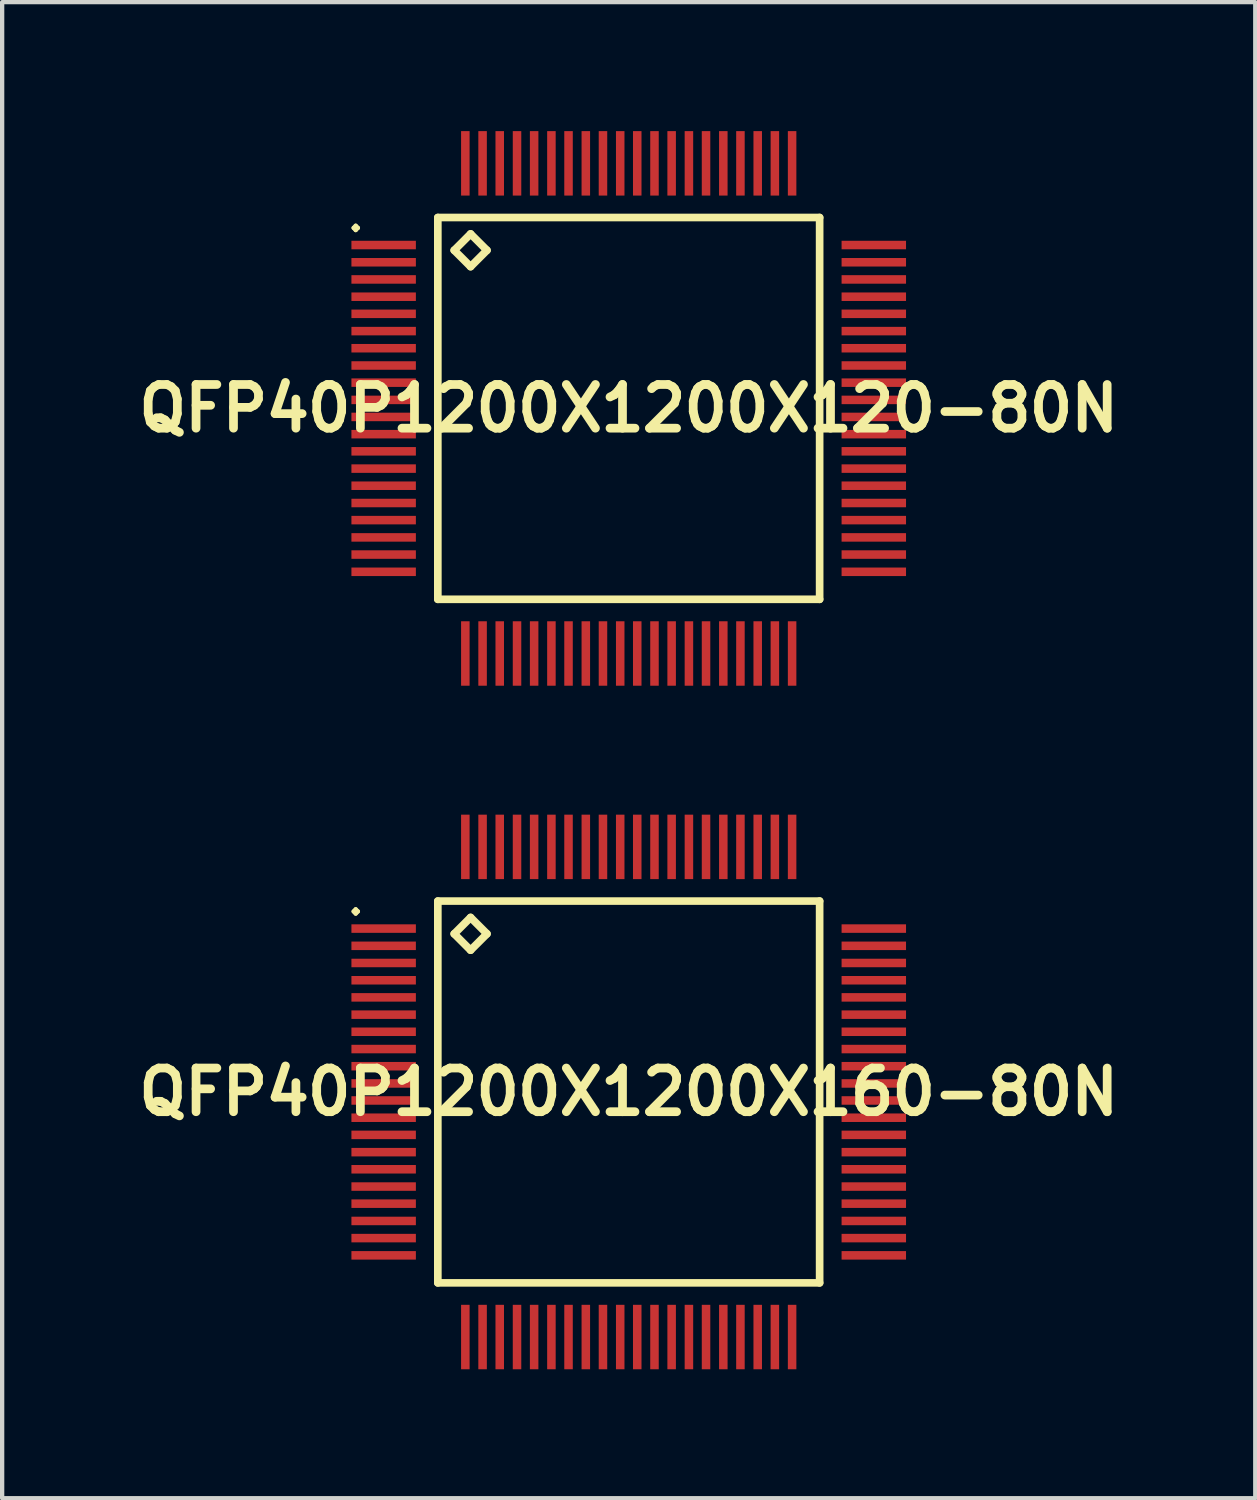
<source format=kicad_pcb>
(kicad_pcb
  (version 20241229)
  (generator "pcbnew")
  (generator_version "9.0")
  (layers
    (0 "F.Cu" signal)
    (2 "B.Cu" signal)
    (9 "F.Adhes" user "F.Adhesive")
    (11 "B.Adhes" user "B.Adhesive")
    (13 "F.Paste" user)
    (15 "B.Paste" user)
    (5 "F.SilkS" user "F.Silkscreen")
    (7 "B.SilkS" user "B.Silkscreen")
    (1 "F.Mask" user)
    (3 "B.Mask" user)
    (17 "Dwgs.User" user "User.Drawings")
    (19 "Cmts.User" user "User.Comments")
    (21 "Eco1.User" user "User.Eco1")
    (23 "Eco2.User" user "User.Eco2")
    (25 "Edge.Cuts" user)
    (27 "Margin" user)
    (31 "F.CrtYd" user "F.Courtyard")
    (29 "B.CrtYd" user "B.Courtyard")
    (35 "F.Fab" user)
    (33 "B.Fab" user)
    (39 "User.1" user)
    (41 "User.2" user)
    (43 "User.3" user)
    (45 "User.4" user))
  (footprint "QFP40P1200X1200X120-80N"
    (layer "F.Cu")
    (at 11.573 6.449)
    (property "Reference" "QFP40P1200X1200X120-80N" (at 0 0 0) (layer "F.SilkS") (effects (font (size 1.016 1.016) (thickness 0.203))))
    (attr smd)
    (fp_line (start -6.398 -4.199) (end -6.35 -4.249) (stroke (width 0.099) (type solid)) (layer "F.SilkS"))
    (fp_line (start -6.35 -4.249) (end -6.299 -4.199) (stroke (width 0.099) (type solid)) (layer "F.SilkS"))
    (fp_line (start -6.35 -4.148) (end -6.398 -4.199) (stroke (width 0.099) (type solid)) (layer "F.SilkS"))
    (fp_line (start -6.299 -4.199) (end -6.35 -4.148) (stroke (width 0.099) (type solid)) (layer "F.SilkS"))
    (fp_line (start -4.44 -4.44) (end -4.44 4.44) (stroke (width 0.178) (type solid)) (layer "F.SilkS"))
    (fp_line (start -4.44 4.44) (end 4.44 4.44) (stroke (width 0.178) (type solid)) (layer "F.SilkS"))
    (fp_line (start -4.059 -3.678) (end -3.678 -4.059) (stroke (width 0.178) (type solid)) (layer "F.SilkS"))
    (fp_line (start -3.678 -4.059) (end -3.297 -3.678) (stroke (width 0.178) (type solid)) (layer "F.SilkS"))
    (fp_line (start -3.678 -3.297) (end -4.059 -3.678) (stroke (width 0.178) (type solid)) (layer "F.SilkS"))
    (fp_line (start -3.297 -3.678) (end -3.678 -3.297) (stroke (width 0.178) (type solid)) (layer "F.SilkS"))
    (fp_line (start 4.44 -4.44) (end -4.44 -4.44) (stroke (width 0.178) (type solid)) (layer "F.SilkS"))
    (fp_line (start 4.44 4.44) (end 4.44 -4.44) (stroke (width 0.178) (type solid)) (layer "F.SilkS"))
    (pad "1" smd rect (at -5.7 -3.8) (size 1.499 0.198) (layers "F.Cu" "F.Mask" "F.Paste"))
    (pad "2" smd rect (at -5.7 -3.399) (size 1.499 0.198) (layers "F.Cu" "F.Mask" "F.Paste"))
    (pad "3" smd rect (at -5.7 -3) (size 1.499 0.198) (layers "F.Cu" "F.Mask" "F.Paste"))
    (pad "4" smd rect (at -5.7 -2.598) (size 1.499 0.198) (layers "F.Cu" "F.Mask" "F.Paste"))
    (pad "5" smd rect (at -5.7 -2.2) (size 1.499 0.198) (layers "F.Cu" "F.Mask" "F.Paste"))
    (pad "6" smd rect (at -5.7 -1.798) (size 1.499 0.198) (layers "F.Cu" "F.Mask" "F.Paste"))
    (pad "7" smd rect (at -5.7 -1.4) (size 1.499 0.198) (layers "F.Cu" "F.Mask" "F.Paste"))
    (pad "8" smd rect (at -5.7 -0.998) (size 1.499 0.198) (layers "F.Cu" "F.Mask" "F.Paste"))
    (pad "9" smd rect (at -5.7 -0.599) (size 1.499 0.198) (layers "F.Cu" "F.Mask" "F.Paste"))
    (pad "10" smd rect (at -5.7 -0.198) (size 1.499 0.198) (layers "F.Cu" "F.Mask" "F.Paste"))
    (pad "11" smd rect (at -5.7 0.198) (size 1.499 0.198) (layers "F.Cu" "F.Mask" "F.Paste"))
    (pad "12" smd rect (at -5.7 0.599) (size 1.499 0.198) (layers "F.Cu" "F.Mask" "F.Paste"))
    (pad "13" smd rect (at -5.7 0.998) (size 1.499 0.198) (layers "F.Cu" "F.Mask" "F.Paste"))
    (pad "14" smd rect (at -5.7 1.4) (size 1.499 0.198) (layers "F.Cu" "F.Mask" "F.Paste"))
    (pad "15" smd rect (at -5.7 1.798) (size 1.499 0.198) (layers "F.Cu" "F.Mask" "F.Paste"))
    (pad "16" smd rect (at -5.7 2.2) (size 1.499 0.198) (layers "F.Cu" "F.Mask" "F.Paste"))
    (pad "17" smd rect (at -5.7 2.598) (size 1.499 0.198) (layers "F.Cu" "F.Mask" "F.Paste"))
    (pad "18" smd rect (at -5.7 3) (size 1.499 0.198) (layers "F.Cu" "F.Mask" "F.Paste"))
    (pad "19" smd rect (at -5.7 3.399) (size 1.499 0.198) (layers "F.Cu" "F.Mask" "F.Paste"))
    (pad "20" smd rect (at -5.7 3.8) (size 1.499 0.198) (layers "F.Cu" "F.Mask" "F.Paste"))
    (pad "21" smd rect (at -3.8 5.7) (size 0.198 1.499) (layers "F.Cu" "F.Mask" "F.Paste"))
    (pad "22" smd rect (at -3.399 5.7) (size 0.198 1.499) (layers "F.Cu" "F.Mask" "F.Paste"))
    (pad "23" smd rect (at -3 5.7) (size 0.198 1.499) (layers "F.Cu" "F.Mask" "F.Paste"))
    (pad "24" smd rect (at -2.598 5.7) (size 0.198 1.499) (layers "F.Cu" "F.Mask" "F.Paste"))
    (pad "25" smd rect (at -2.2 5.7) (size 0.198 1.499) (layers "F.Cu" "F.Mask" "F.Paste"))
    (pad "26" smd rect (at -1.798 5.7) (size 0.198 1.499) (layers "F.Cu" "F.Mask" "F.Paste"))
    (pad "27" smd rect (at -1.4 5.7) (size 0.198 1.499) (layers "F.Cu" "F.Mask" "F.Paste"))
    (pad "28" smd rect (at -0.998 5.7) (size 0.198 1.499) (layers "F.Cu" "F.Mask" "F.Paste"))
    (pad "29" smd rect (at -0.599 5.7) (size 0.198 1.499) (layers "F.Cu" "F.Mask" "F.Paste"))
    (pad "30" smd rect (at -0.198 5.7) (size 0.198 1.499) (layers "F.Cu" "F.Mask" "F.Paste"))
    (pad "31" smd rect (at 0.198 5.7) (size 0.198 1.499) (layers "F.Cu" "F.Mask" "F.Paste"))
    (pad "32" smd rect (at 0.599 5.7) (size 0.198 1.499) (layers "F.Cu" "F.Mask" "F.Paste"))
    (pad "33" smd rect (at 0.998 5.7) (size 0.198 1.499) (layers "F.Cu" "F.Mask" "F.Paste"))
    (pad "34" smd rect (at 1.4 5.7) (size 0.198 1.499) (layers "F.Cu" "F.Mask" "F.Paste"))
    (pad "35" smd rect (at 1.798 5.7) (size 0.198 1.499) (layers "F.Cu" "F.Mask" "F.Paste"))
    (pad "36" smd rect (at 2.2 5.7) (size 0.198 1.499) (layers "F.Cu" "F.Mask" "F.Paste"))
    (pad "37" smd rect (at 2.598 5.7) (size 0.198 1.499) (layers "F.Cu" "F.Mask" "F.Paste"))
    (pad "38" smd rect (at 3 5.7) (size 0.198 1.499) (layers "F.Cu" "F.Mask" "F.Paste"))
    (pad "39" smd rect (at 3.399 5.7) (size 0.198 1.499) (layers "F.Cu" "F.Mask" "F.Paste"))
    (pad "40" smd rect (at 3.8 5.7) (size 0.198 1.499) (layers "F.Cu" "F.Mask" "F.Paste"))
    (pad "41" smd rect (at 5.7 3.8) (size 1.499 0.198) (layers "F.Cu" "F.Mask" "F.Paste"))
    (pad "42" smd rect (at 5.7 3.399) (size 1.499 0.198) (layers "F.Cu" "F.Mask" "F.Paste"))
    (pad "43" smd rect (at 5.7 3) (size 1.499 0.198) (layers "F.Cu" "F.Mask" "F.Paste"))
    (pad "44" smd rect (at 5.7 2.598) (size 1.499 0.198) (layers "F.Cu" "F.Mask" "F.Paste"))
    (pad "45" smd rect (at 5.7 2.2) (size 1.499 0.198) (layers "F.Cu" "F.Mask" "F.Paste"))
    (pad "46" smd rect (at 5.7 1.798) (size 1.499 0.198) (layers "F.Cu" "F.Mask" "F.Paste"))
    (pad "47" smd rect (at 5.7 1.4) (size 1.499 0.198) (layers "F.Cu" "F.Mask" "F.Paste"))
    (pad "48" smd rect (at 5.7 0.998) (size 1.499 0.198) (layers "F.Cu" "F.Mask" "F.Paste"))
    (pad "49" smd rect (at 5.7 0.599) (size 1.499 0.198) (layers "F.Cu" "F.Mask" "F.Paste"))
    (pad "50" smd rect (at 5.7 0.198) (size 1.499 0.198) (layers "F.Cu" "F.Mask" "F.Paste"))
    (pad "51" smd rect (at 5.7 -0.198) (size 1.499 0.198) (layers "F.Cu" "F.Mask" "F.Paste"))
    (pad "52" smd rect (at 5.7 -0.599) (size 1.499 0.198) (layers "F.Cu" "F.Mask" "F.Paste"))
    (pad "53" smd rect (at 5.7 -0.998) (size 1.499 0.198) (layers "F.Cu" "F.Mask" "F.Paste"))
    (pad "54" smd rect (at 5.7 -1.4) (size 1.499 0.198) (layers "F.Cu" "F.Mask" "F.Paste"))
    (pad "55" smd rect (at 5.7 -1.798) (size 1.499 0.198) (layers "F.Cu" "F.Mask" "F.Paste"))
    (pad "56" smd rect (at 5.7 -2.2) (size 1.499 0.198) (layers "F.Cu" "F.Mask" "F.Paste"))
    (pad "57" smd rect (at 5.7 -2.598) (size 1.499 0.198) (layers "F.Cu" "F.Mask" "F.Paste"))
    (pad "58" smd rect (at 5.7 -3) (size 1.499 0.198) (layers "F.Cu" "F.Mask" "F.Paste"))
    (pad "59" smd rect (at 5.7 -3.399) (size 1.499 0.198) (layers "F.Cu" "F.Mask" "F.Paste"))
    (pad "60" smd rect (at 5.7 -3.8) (size 1.499 0.198) (layers "F.Cu" "F.Mask" "F.Paste"))
    (pad "61" smd rect (at 3.8 -5.7) (size 0.198 1.499) (layers "F.Cu" "F.Mask" "F.Paste"))
    (pad "62" smd rect (at 3.399 -5.7) (size 0.198 1.499) (layers "F.Cu" "F.Mask" "F.Paste"))
    (pad "63" smd rect (at 3 -5.7) (size 0.198 1.499) (layers "F.Cu" "F.Mask" "F.Paste"))
    (pad "64" smd rect (at 2.598 -5.7) (size 0.198 1.499) (layers "F.Cu" "F.Mask" "F.Paste"))
    (pad "65" smd rect (at 2.2 -5.7) (size 0.198 1.499) (layers "F.Cu" "F.Mask" "F.Paste"))
    (pad "66" smd rect (at 1.798 -5.7) (size 0.198 1.499) (layers "F.Cu" "F.Mask" "F.Paste"))
    (pad "67" smd rect (at 1.4 -5.7) (size 0.198 1.499) (layers "F.Cu" "F.Mask" "F.Paste"))
    (pad "68" smd rect (at 0.998 -5.7) (size 0.198 1.499) (layers "F.Cu" "F.Mask" "F.Paste"))
    (pad "69" smd rect (at 0.599 -5.7) (size 0.198 1.499) (layers "F.Cu" "F.Mask" "F.Paste"))
    (pad "70" smd rect (at 0.198 -5.7) (size 0.198 1.499) (layers "F.Cu" "F.Mask" "F.Paste"))
    (pad "71" smd rect (at -0.198 -5.7) (size 0.198 1.499) (layers "F.Cu" "F.Mask" "F.Paste"))
    (pad "72" smd rect (at -0.599 -5.7) (size 0.198 1.499) (layers "F.Cu" "F.Mask" "F.Paste"))
    (pad "73" smd rect (at -0.998 -5.7) (size 0.198 1.499) (layers "F.Cu" "F.Mask" "F.Paste"))
    (pad "74" smd rect (at -1.4 -5.7) (size 0.198 1.499) (layers "F.Cu" "F.Mask" "F.Paste"))
    (pad "75" smd rect (at -1.798 -5.7) (size 0.198 1.499) (layers "F.Cu" "F.Mask" "F.Paste"))
    (pad "76" smd rect (at -2.2 -5.7) (size 0.198 1.499) (layers "F.Cu" "F.Mask" "F.Paste"))
    (pad "77" smd rect (at -2.598 -5.7) (size 0.198 1.499) (layers "F.Cu" "F.Mask" "F.Paste"))
    (pad "78" smd rect (at -3 -5.7) (size 0.198 1.499) (layers "F.Cu" "F.Mask" "F.Paste"))
    (pad "79" smd rect (at -3.399 -5.7) (size 0.198 1.499) (layers "F.Cu" "F.Mask" "F.Paste"))
    (pad "80" smd rect (at -3.8 -5.7) (size 0.198 1.499) (layers "F.Cu" "F.Mask" "F.Paste")))
  (footprint "QFP40P1200X1200X160-80N"
    (layer "F.Cu")
    (at 11.573 22.347)
    (property "Reference" "QFP40P1200X1200X160-80N" (at 0 0 0) (layer "F.SilkS") (effects (font (size 1.016 1.016) (thickness 0.203))))
    (attr smd)
    (fp_line (start -6.398 -4.199) (end -6.35 -4.249) (stroke (width 0.099) (type solid)) (layer "F.SilkS"))
    (fp_line (start -6.35 -4.249) (end -6.299 -4.199) (stroke (width 0.099) (type solid)) (layer "F.SilkS"))
    (fp_line (start -6.35 -4.148) (end -6.398 -4.199) (stroke (width 0.099) (type solid)) (layer "F.SilkS"))
    (fp_line (start -6.299 -4.199) (end -6.35 -4.148) (stroke (width 0.099) (type solid)) (layer "F.SilkS"))
    (fp_line (start -4.44 -4.44) (end -4.44 4.44) (stroke (width 0.178) (type solid)) (layer "F.SilkS"))
    (fp_line (start -4.44 4.44) (end 4.44 4.44) (stroke (width 0.178) (type solid)) (layer "F.SilkS"))
    (fp_line (start -4.059 -3.678) (end -3.678 -4.059) (stroke (width 0.178) (type solid)) (layer "F.SilkS"))
    (fp_line (start -3.678 -4.059) (end -3.297 -3.678) (stroke (width 0.178) (type solid)) (layer "F.SilkS"))
    (fp_line (start -3.678 -3.297) (end -4.059 -3.678) (stroke (width 0.178) (type solid)) (layer "F.SilkS"))
    (fp_line (start -3.297 -3.678) (end -3.678 -3.297) (stroke (width 0.178) (type solid)) (layer "F.SilkS"))
    (fp_line (start 4.44 -4.44) (end -4.44 -4.44) (stroke (width 0.178) (type solid)) (layer "F.SilkS"))
    (fp_line (start 4.44 4.44) (end 4.44 -4.44) (stroke (width 0.178) (type solid)) (layer "F.SilkS"))
    (pad "1" smd rect (at -5.7 -3.8) (size 1.499 0.198) (layers "F.Cu" "F.Mask" "F.Paste"))
    (pad "2" smd rect (at -5.7 -3.399) (size 1.499 0.198) (layers "F.Cu" "F.Mask" "F.Paste"))
    (pad "3" smd rect (at -5.7 -3) (size 1.499 0.198) (layers "F.Cu" "F.Mask" "F.Paste"))
    (pad "4" smd rect (at -5.7 -2.598) (size 1.499 0.198) (layers "F.Cu" "F.Mask" "F.Paste"))
    (pad "5" smd rect (at -5.7 -2.2) (size 1.499 0.198) (layers "F.Cu" "F.Mask" "F.Paste"))
    (pad "6" smd rect (at -5.7 -1.798) (size 1.499 0.198) (layers "F.Cu" "F.Mask" "F.Paste"))
    (pad "7" smd rect (at -5.7 -1.4) (size 1.499 0.198) (layers "F.Cu" "F.Mask" "F.Paste"))
    (pad "8" smd rect (at -5.7 -0.998) (size 1.499 0.198) (layers "F.Cu" "F.Mask" "F.Paste"))
    (pad "9" smd rect (at -5.7 -0.599) (size 1.499 0.198) (layers "F.Cu" "F.Mask" "F.Paste"))
    (pad "10" smd rect (at -5.7 -0.198) (size 1.499 0.198) (layers "F.Cu" "F.Mask" "F.Paste"))
    (pad "11" smd rect (at -5.7 0.198) (size 1.499 0.198) (layers "F.Cu" "F.Mask" "F.Paste"))
    (pad "12" smd rect (at -5.7 0.599) (size 1.499 0.198) (layers "F.Cu" "F.Mask" "F.Paste"))
    (pad "13" smd rect (at -5.7 0.998) (size 1.499 0.198) (layers "F.Cu" "F.Mask" "F.Paste"))
    (pad "14" smd rect (at -5.7 1.4) (size 1.499 0.198) (layers "F.Cu" "F.Mask" "F.Paste"))
    (pad "15" smd rect (at -5.7 1.798) (size 1.499 0.198) (layers "F.Cu" "F.Mask" "F.Paste"))
    (pad "16" smd rect (at -5.7 2.2) (size 1.499 0.198) (layers "F.Cu" "F.Mask" "F.Paste"))
    (pad "17" smd rect (at -5.7 2.598) (size 1.499 0.198) (layers "F.Cu" "F.Mask" "F.Paste"))
    (pad "18" smd rect (at -5.7 3) (size 1.499 0.198) (layers "F.Cu" "F.Mask" "F.Paste"))
    (pad "19" smd rect (at -5.7 3.399) (size 1.499 0.198) (layers "F.Cu" "F.Mask" "F.Paste"))
    (pad "20" smd rect (at -5.7 3.8) (size 1.499 0.198) (layers "F.Cu" "F.Mask" "F.Paste"))
    (pad "21" smd rect (at -3.8 5.7) (size 0.198 1.499) (layers "F.Cu" "F.Mask" "F.Paste"))
    (pad "22" smd rect (at -3.399 5.7) (size 0.198 1.499) (layers "F.Cu" "F.Mask" "F.Paste"))
    (pad "23" smd rect (at -3 5.7) (size 0.198 1.499) (layers "F.Cu" "F.Mask" "F.Paste"))
    (pad "24" smd rect (at -2.598 5.7) (size 0.198 1.499) (layers "F.Cu" "F.Mask" "F.Paste"))
    (pad "25" smd rect (at -2.2 5.7) (size 0.198 1.499) (layers "F.Cu" "F.Mask" "F.Paste"))
    (pad "26" smd rect (at -1.798 5.7) (size 0.198 1.499) (layers "F.Cu" "F.Mask" "F.Paste"))
    (pad "27" smd rect (at -1.4 5.7) (size 0.198 1.499) (layers "F.Cu" "F.Mask" "F.Paste"))
    (pad "28" smd rect (at -0.998 5.7) (size 0.198 1.499) (layers "F.Cu" "F.Mask" "F.Paste"))
    (pad "29" smd rect (at -0.599 5.7) (size 0.198 1.499) (layers "F.Cu" "F.Mask" "F.Paste"))
    (pad "30" smd rect (at -0.198 5.7) (size 0.198 1.499) (layers "F.Cu" "F.Mask" "F.Paste"))
    (pad "31" smd rect (at 0.198 5.7) (size 0.198 1.499) (layers "F.Cu" "F.Mask" "F.Paste"))
    (pad "32" smd rect (at 0.599 5.7) (size 0.198 1.499) (layers "F.Cu" "F.Mask" "F.Paste"))
    (pad "33" smd rect (at 0.998 5.7) (size 0.198 1.499) (layers "F.Cu" "F.Mask" "F.Paste"))
    (pad "34" smd rect (at 1.4 5.7) (size 0.198 1.499) (layers "F.Cu" "F.Mask" "F.Paste"))
    (pad "35" smd rect (at 1.798 5.7) (size 0.198 1.499) (layers "F.Cu" "F.Mask" "F.Paste"))
    (pad "36" smd rect (at 2.2 5.7) (size 0.198 1.499) (layers "F.Cu" "F.Mask" "F.Paste"))
    (pad "37" smd rect (at 2.598 5.7) (size 0.198 1.499) (layers "F.Cu" "F.Mask" "F.Paste"))
    (pad "38" smd rect (at 3 5.7) (size 0.198 1.499) (layers "F.Cu" "F.Mask" "F.Paste"))
    (pad "39" smd rect (at 3.399 5.7) (size 0.198 1.499) (layers "F.Cu" "F.Mask" "F.Paste"))
    (pad "40" smd rect (at 3.8 5.7) (size 0.198 1.499) (layers "F.Cu" "F.Mask" "F.Paste"))
    (pad "41" smd rect (at 5.7 3.8) (size 1.499 0.198) (layers "F.Cu" "F.Mask" "F.Paste"))
    (pad "42" smd rect (at 5.7 3.399) (size 1.499 0.198) (layers "F.Cu" "F.Mask" "F.Paste"))
    (pad "43" smd rect (at 5.7 3) (size 1.499 0.198) (layers "F.Cu" "F.Mask" "F.Paste"))
    (pad "44" smd rect (at 5.7 2.598) (size 1.499 0.198) (layers "F.Cu" "F.Mask" "F.Paste"))
    (pad "45" smd rect (at 5.7 2.2) (size 1.499 0.198) (layers "F.Cu" "F.Mask" "F.Paste"))
    (pad "46" smd rect (at 5.7 1.798) (size 1.499 0.198) (layers "F.Cu" "F.Mask" "F.Paste"))
    (pad "47" smd rect (at 5.7 1.4) (size 1.499 0.198) (layers "F.Cu" "F.Mask" "F.Paste"))
    (pad "48" smd rect (at 5.7 0.998) (size 1.499 0.198) (layers "F.Cu" "F.Mask" "F.Paste"))
    (pad "49" smd rect (at 5.7 0.599) (size 1.499 0.198) (layers "F.Cu" "F.Mask" "F.Paste"))
    (pad "50" smd rect (at 5.7 0.198) (size 1.499 0.198) (layers "F.Cu" "F.Mask" "F.Paste"))
    (pad "51" smd rect (at 5.7 -0.198) (size 1.499 0.198) (layers "F.Cu" "F.Mask" "F.Paste"))
    (pad "52" smd rect (at 5.7 -0.599) (size 1.499 0.198) (layers "F.Cu" "F.Mask" "F.Paste"))
    (pad "53" smd rect (at 5.7 -0.998) (size 1.499 0.198) (layers "F.Cu" "F.Mask" "F.Paste"))
    (pad "54" smd rect (at 5.7 -1.4) (size 1.499 0.198) (layers "F.Cu" "F.Mask" "F.Paste"))
    (pad "55" smd rect (at 5.7 -1.798) (size 1.499 0.198) (layers "F.Cu" "F.Mask" "F.Paste"))
    (pad "56" smd rect (at 5.7 -2.2) (size 1.499 0.198) (layers "F.Cu" "F.Mask" "F.Paste"))
    (pad "57" smd rect (at 5.7 -2.598) (size 1.499 0.198) (layers "F.Cu" "F.Mask" "F.Paste"))
    (pad "58" smd rect (at 5.7 -3) (size 1.499 0.198) (layers "F.Cu" "F.Mask" "F.Paste"))
    (pad "59" smd rect (at 5.7 -3.399) (size 1.499 0.198) (layers "F.Cu" "F.Mask" "F.Paste"))
    (pad "60" smd rect (at 5.7 -3.8) (size 1.499 0.198) (layers "F.Cu" "F.Mask" "F.Paste"))
    (pad "61" smd rect (at 3.8 -5.7) (size 0.198 1.499) (layers "F.Cu" "F.Mask" "F.Paste"))
    (pad "62" smd rect (at 3.399 -5.7) (size 0.198 1.499) (layers "F.Cu" "F.Mask" "F.Paste"))
    (pad "63" smd rect (at 3 -5.7) (size 0.198 1.499) (layers "F.Cu" "F.Mask" "F.Paste"))
    (pad "64" smd rect (at 2.598 -5.7) (size 0.198 1.499) (layers "F.Cu" "F.Mask" "F.Paste"))
    (pad "65" smd rect (at 2.2 -5.7) (size 0.198 1.499) (layers "F.Cu" "F.Mask" "F.Paste"))
    (pad "66" smd rect (at 1.798 -5.7) (size 0.198 1.499) (layers "F.Cu" "F.Mask" "F.Paste"))
    (pad "67" smd rect (at 1.4 -5.7) (size 0.198 1.499) (layers "F.Cu" "F.Mask" "F.Paste"))
    (pad "68" smd rect (at 0.998 -5.7) (size 0.198 1.499) (layers "F.Cu" "F.Mask" "F.Paste"))
    (pad "69" smd rect (at 0.599 -5.7) (size 0.198 1.499) (layers "F.Cu" "F.Mask" "F.Paste"))
    (pad "70" smd rect (at 0.198 -5.7) (size 0.198 1.499) (layers "F.Cu" "F.Mask" "F.Paste"))
    (pad "71" smd rect (at -0.198 -5.7) (size 0.198 1.499) (layers "F.Cu" "F.Mask" "F.Paste"))
    (pad "72" smd rect (at -0.599 -5.7) (size 0.198 1.499) (layers "F.Cu" "F.Mask" "F.Paste"))
    (pad "73" smd rect (at -0.998 -5.7) (size 0.198 1.499) (layers "F.Cu" "F.Mask" "F.Paste"))
    (pad "74" smd rect (at -1.4 -5.7) (size 0.198 1.499) (layers "F.Cu" "F.Mask" "F.Paste"))
    (pad "75" smd rect (at -1.798 -5.7) (size 0.198 1.499) (layers "F.Cu" "F.Mask" "F.Paste"))
    (pad "76" smd rect (at -2.2 -5.7) (size 0.198 1.499) (layers "F.Cu" "F.Mask" "F.Paste"))
    (pad "77" smd rect (at -2.598 -5.7) (size 0.198 1.499) (layers "F.Cu" "F.Mask" "F.Paste"))
    (pad "78" smd rect (at -3 -5.7) (size 0.198 1.499) (layers "F.Cu" "F.Mask" "F.Paste"))
    (pad "79" smd rect (at -3.399 -5.7) (size 0.198 1.499) (layers "F.Cu" "F.Mask" "F.Paste"))
    (pad "80" smd rect (at -3.8 -5.7) (size 0.198 1.499) (layers "F.Cu" "F.Mask" "F.Paste")))
  (gr_rect
    (start -3 -3)
    (end 26.145 31.796)
    (stroke (width 0.1) (type default))
    (fill no)
    (layer "Edge.Cuts")))
</source>
